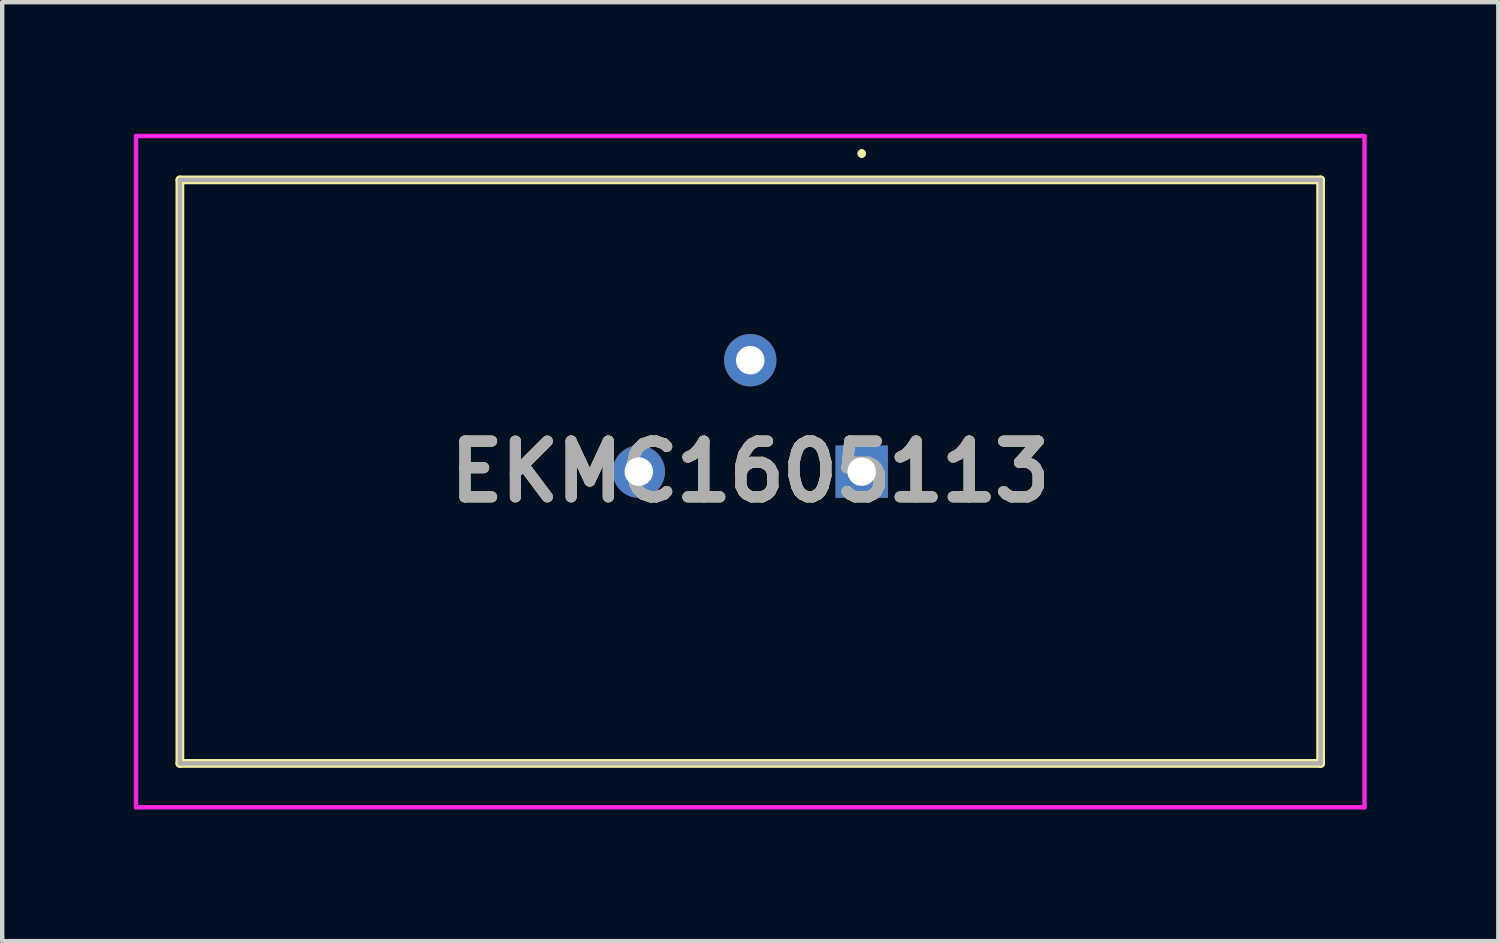
<source format=kicad_pcb>
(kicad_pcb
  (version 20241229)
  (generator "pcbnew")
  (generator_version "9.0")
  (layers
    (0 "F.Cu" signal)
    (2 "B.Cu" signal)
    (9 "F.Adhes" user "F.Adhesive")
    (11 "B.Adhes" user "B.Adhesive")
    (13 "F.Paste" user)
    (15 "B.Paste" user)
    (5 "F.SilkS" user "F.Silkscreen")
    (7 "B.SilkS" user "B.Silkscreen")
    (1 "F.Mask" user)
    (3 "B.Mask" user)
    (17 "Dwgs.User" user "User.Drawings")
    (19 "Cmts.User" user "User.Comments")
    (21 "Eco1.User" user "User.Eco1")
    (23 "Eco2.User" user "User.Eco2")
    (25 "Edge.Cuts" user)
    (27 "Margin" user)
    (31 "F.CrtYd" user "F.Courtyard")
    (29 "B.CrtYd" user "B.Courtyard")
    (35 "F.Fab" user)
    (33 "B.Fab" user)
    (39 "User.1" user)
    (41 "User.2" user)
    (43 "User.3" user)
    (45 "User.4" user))
  (footprint "EKMC1605113"
    (layer "F.Cu")
    (at 16.59 7.7)
    (property "Reference" "EKMC1605113" (at -2.54 0 0) (layer "F.SilkS") (effects (font (size 1.27 1.27) (thickness 0.254))))
    (attr through_hole)
    (fp_line (start -15.54 -6.65) (end -15.54 6.65) (stroke (width 0.2) (type solid)) (layer "F.SilkS"))
    (fp_line (start -15.54 6.65) (end 10.46 6.65) (stroke (width 0.2) (type solid)) (layer "F.SilkS"))
    (fp_line (start 0 -7.3) (end 0 -7.3) (stroke (width 0.1) (type solid)) (layer "F.SilkS"))
    (fp_line (start 0 -7.2) (end 0 -7.2) (stroke (width 0.1) (type solid)) (layer "F.SilkS"))
    (fp_line (start 10.46 -6.65) (end -15.54 -6.65) (stroke (width 0.2) (type solid)) (layer "F.SilkS"))
    (fp_line (start 10.46 6.65) (end 10.46 -6.65) (stroke (width 0.2) (type solid)) (layer "F.SilkS"))
    (fp_arc (start 0 -7.3) (mid 0.05 -7.25) (end 0 -7.2) (stroke (width 0.1) (type solid)) (layer "F.SilkS"))
    (fp_arc (start 0 -7.2) (mid -0.05 -7.25) (end 0 -7.3) (stroke (width 0.1) (type solid)) (layer "F.SilkS"))
    (fp_line (start -16.54 -7.65) (end -16.54 7.65) (stroke (width 0.1) (type solid)) (layer "F.CrtYd"))
    (fp_line (start -16.54 7.65) (end 11.46 7.65) (stroke (width 0.1) (type solid)) (layer "F.CrtYd"))
    (fp_line (start 11.46 -7.65) (end -16.54 -7.65) (stroke (width 0.1) (type solid)) (layer "F.CrtYd"))
    (fp_line (start 11.46 7.65) (end 11.46 -7.65) (stroke (width 0.1) (type solid)) (layer "F.CrtYd"))
    (fp_line (start -15.54 -6.65) (end -15.54 6.65) (stroke (width 0.1) (type solid)) (layer "F.Fab"))
    (fp_line (start -15.54 6.65) (end 10.46 6.65) (stroke (width 0.1) (type solid)) (layer "F.Fab"))
    (fp_line (start 10.46 -6.65) (end -15.54 -6.65) (stroke (width 0.1) (type solid)) (layer "F.Fab"))
    (fp_line (start 10.46 6.65) (end 10.46 -6.65) (stroke (width 0.1) (type solid)) (layer "F.Fab"))
    (fp_text user "${REFERENCE}" (at -2.54 0 0) (layer "F.Fab") (effects (font (size 1.27 1.27) (thickness 0.254))))
    (pad "1" thru_hole rect (at 0 0) (size 1.192 1.192) (drill 0.65) (layers "*.Cu" "*.Mask"))
    (pad "2" thru_hole circle (at -2.54 -2.54) (size 1.192 1.192) (drill 0.65) (layers "*.Cu" "*.Mask"))
    (pad "3" thru_hole circle (at -5.08 0) (size 1.192 1.192) (drill 0.65) (layers "*.Cu" "*.Mask")))
  (gr_rect
    (start -3 -3)
    (end 31.1 18.4)
    (stroke (width 0.1) (type default))
    (fill no)
    (layer "Edge.Cuts")))
</source>
